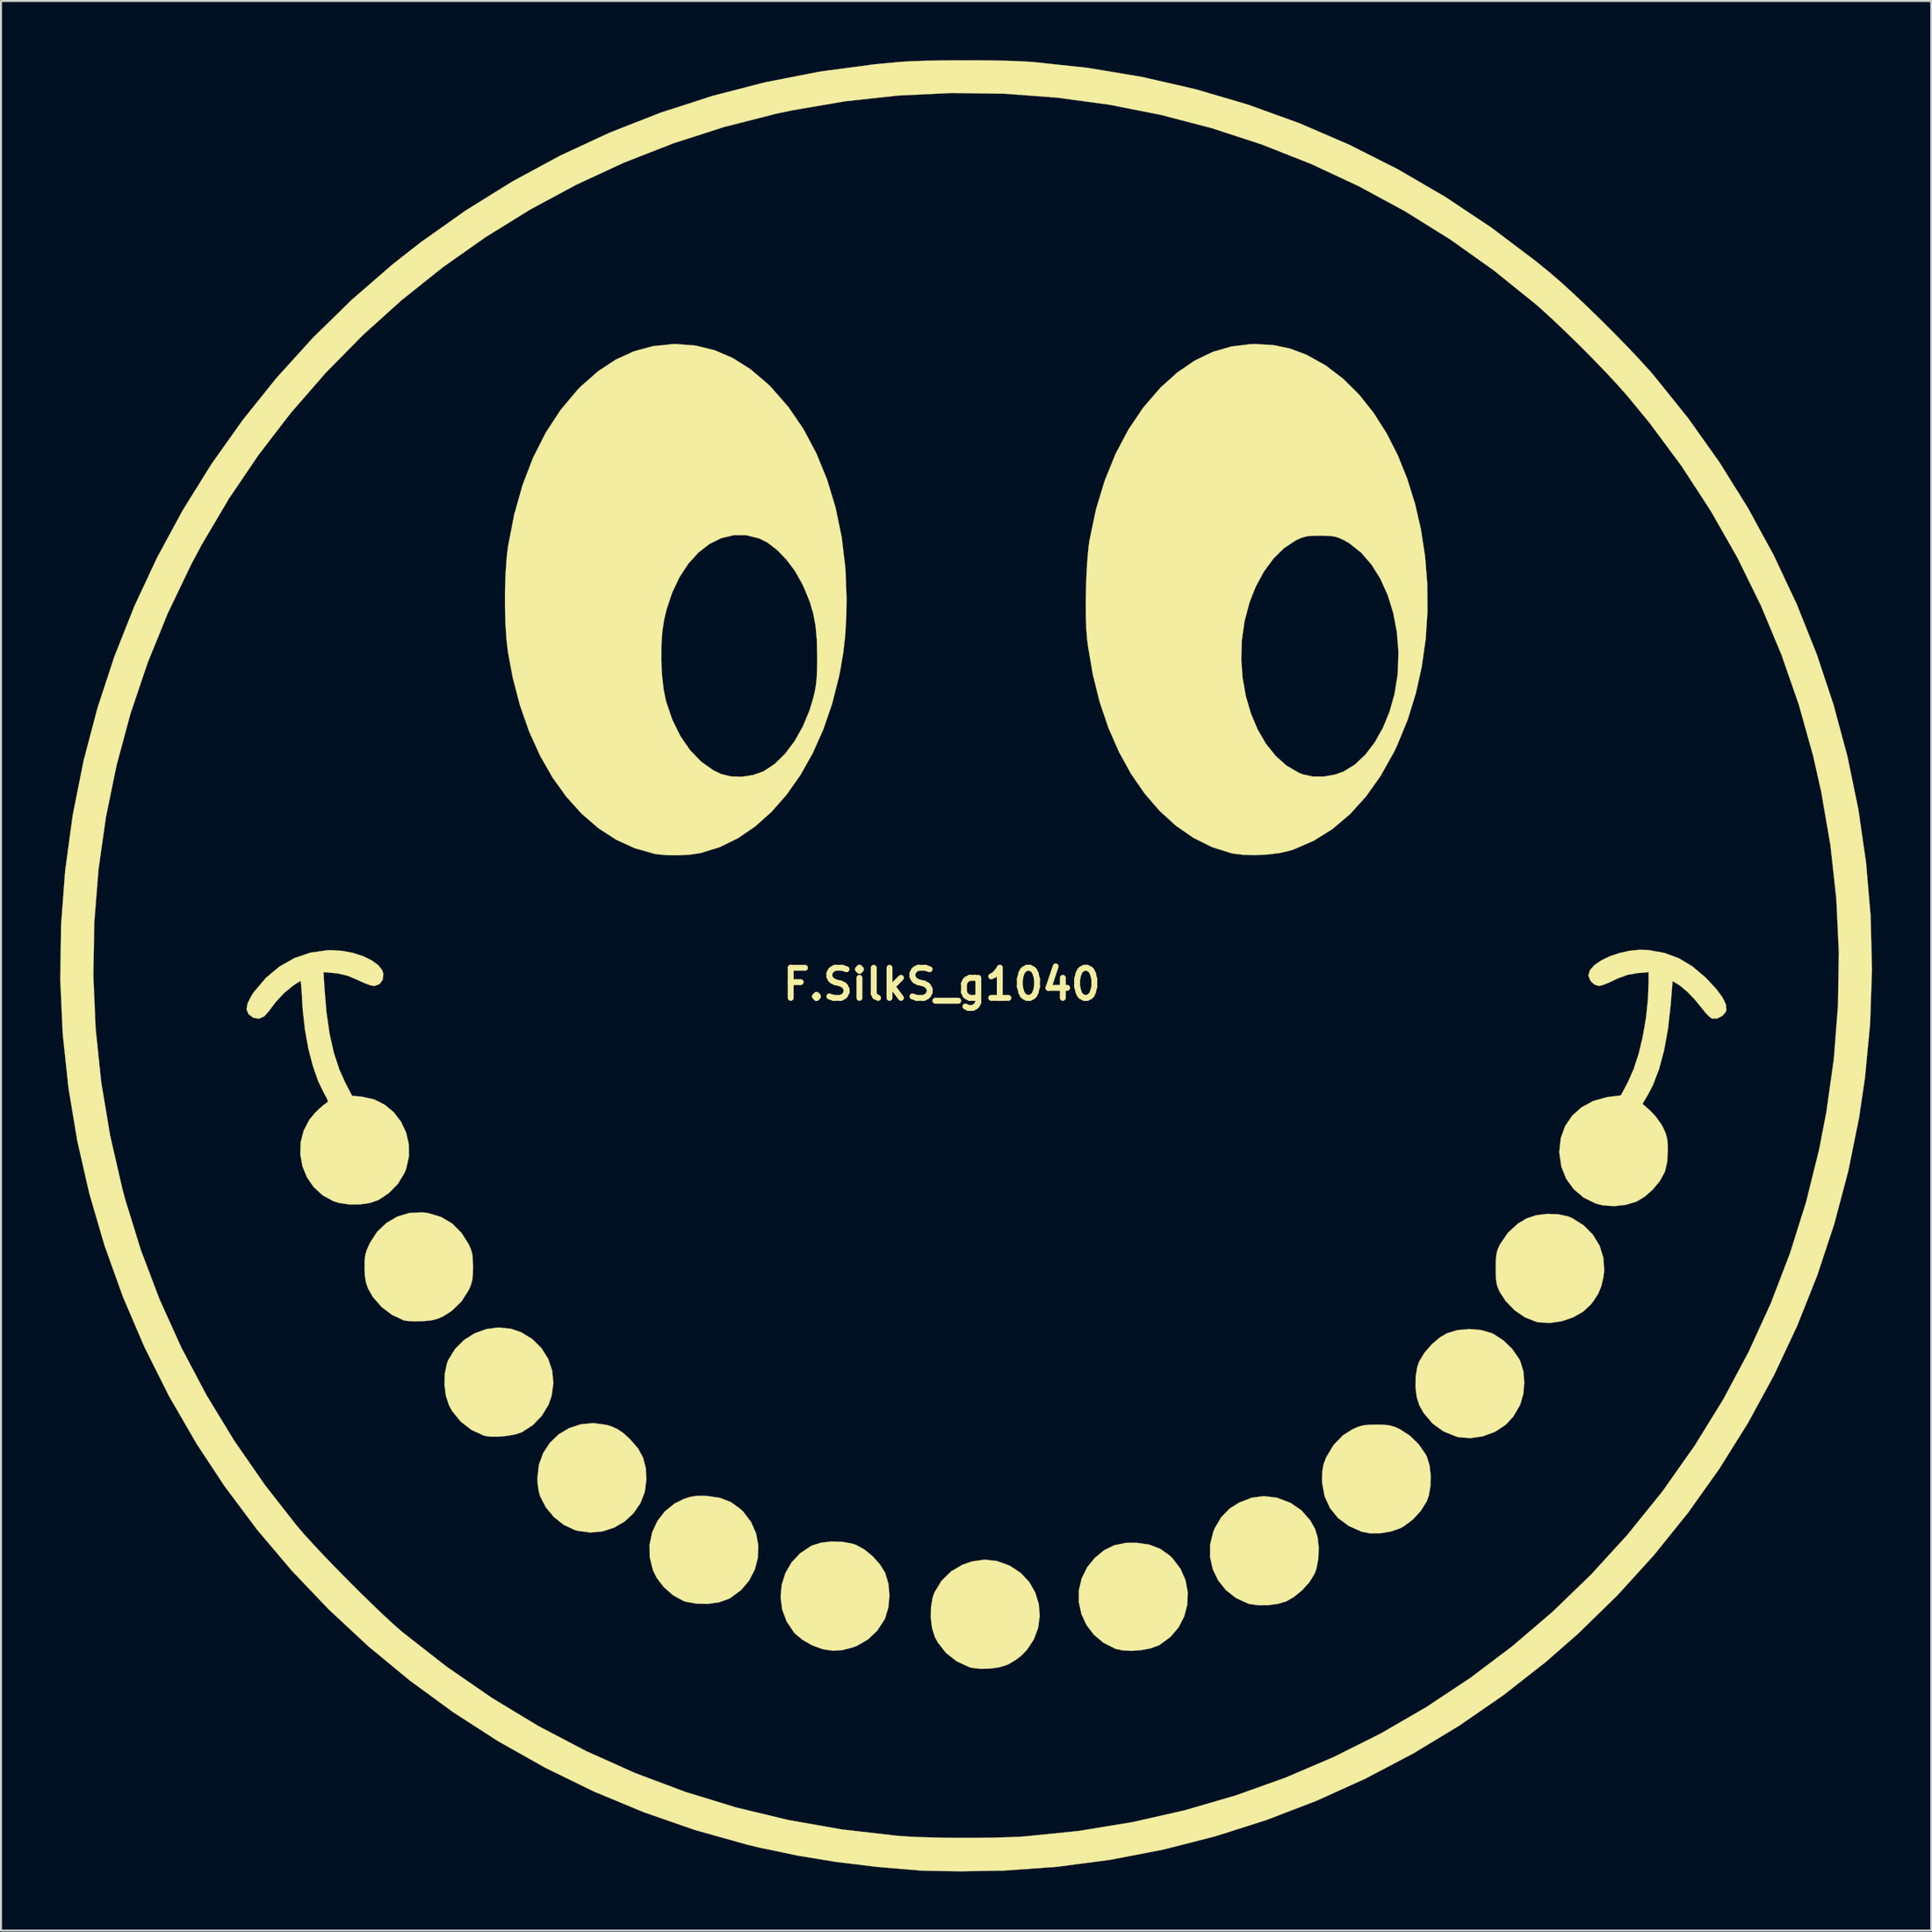
<source format=kicad_pcb>
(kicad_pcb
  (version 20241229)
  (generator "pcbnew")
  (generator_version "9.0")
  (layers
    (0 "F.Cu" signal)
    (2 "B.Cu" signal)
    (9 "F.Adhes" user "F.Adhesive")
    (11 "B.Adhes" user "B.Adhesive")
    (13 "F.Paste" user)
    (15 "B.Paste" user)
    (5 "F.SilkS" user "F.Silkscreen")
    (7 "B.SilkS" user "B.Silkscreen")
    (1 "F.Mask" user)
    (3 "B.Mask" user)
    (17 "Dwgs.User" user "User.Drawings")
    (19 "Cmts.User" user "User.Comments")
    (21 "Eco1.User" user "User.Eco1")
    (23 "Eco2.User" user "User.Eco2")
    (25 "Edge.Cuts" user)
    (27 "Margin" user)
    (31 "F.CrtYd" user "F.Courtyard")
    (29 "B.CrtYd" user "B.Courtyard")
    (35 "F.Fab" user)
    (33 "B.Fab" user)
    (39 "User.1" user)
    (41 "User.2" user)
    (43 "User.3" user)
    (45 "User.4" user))
  (footprint "F.SilkS_g1040"
    (layer "F.Cu")
    (at 44.669 46.822)
    (property "Reference" "F.SilkS_g1040" (at 0 0 0) (layer "F.SilkS") (effects (font (size 1.524 1.524) (thickness 0.3))))
    (attr through_hole)
    (fp_poly (pts (xy 10.515 28.392) (xy 11.067 28.605) (xy 11.551 28.951) (xy 11.701 29.097) (xy 12.098 29.622) (xy 12.351 30.203) (xy 12.463 30.814) (xy 12.439 31.431) (xy 12.283 32.029) (xy 11.999 32.582) (xy 11.59 33.065) (xy 11.063 33.455) (xy 10.964 33.508) (xy 10.587 33.646) (xy 10.119 33.735) (xy 9.62 33.772) (xy 9.155 33.75) (xy 8.795 33.67) (xy 8.194 33.365) (xy 7.703 32.953) (xy 7.328 32.458) (xy 7.073 31.902) (xy 6.945 31.309) (xy 6.948 30.702) (xy 7.088 30.103) (xy 7.369 29.535) (xy 7.741 29.077) (xy 8.223 28.678) (xy 8.737 28.425) (xy 9.318 28.305) (xy 9.864 28.298) (xy 10.515 28.392)) (stroke (width 0.01) (type solid)) (fill yes) (layer "F.SilkS"))
    (fp_poly (pts (xy -21.839 17.452) (xy -21.323 17.626) (xy -20.744 17.98) (xy -20.281 18.44) (xy -19.943 18.981) (xy -19.74 19.581) (xy -19.68 20.215) (xy -19.771 20.862) (xy -19.933 21.315) (xy -20.271 21.871) (xy -20.725 22.34) (xy -21.26 22.684) (xy -21.321 22.713) (xy -21.638 22.812) (xy -22.042 22.884) (xy -22.475 22.922) (xy -22.873 22.921) (xy -23.176 22.877) (xy -23.199 22.87) (xy -23.833 22.578) (xy -24.377 22.157) (xy -24.806 21.628) (xy -24.967 21.336) (xy -25.125 20.854) (xy -25.197 20.299) (xy -25.18 19.733) (xy -25.075 19.22) (xy -25.004 19.035) (xy -24.663 18.48) (xy -24.212 18.028) (xy -23.678 17.689) (xy -23.086 17.473) (xy -22.464 17.391) (xy -21.839 17.452)) (stroke (width 0.01) (type solid)) (fill yes) (layer "F.SilkS"))
    (fp_poly (pts (xy -11.896 25.928) (xy -11.244 26.021) (xy -10.692 26.234) (xy -10.208 26.581) (xy -10.059 26.726) (xy -9.661 27.251) (xy -9.408 27.832) (xy -9.296 28.443) (xy -9.32 29.06) (xy -9.476 29.658) (xy -9.761 30.211) (xy -10.169 30.695) (xy -10.697 31.084) (xy -10.795 31.137) (xy -11.271 31.309) (xy -11.831 31.393) (xy -12.412 31.386) (xy -12.951 31.288) (xy -13.12 31.23) (xy -13.618 30.954) (xy -14.073 30.557) (xy -14.439 30.083) (xy -14.634 29.691) (xy -14.796 29.041) (xy -14.805 28.393) (xy -14.674 27.772) (xy -14.412 27.201) (xy -14.03 26.706) (xy -13.538 26.309) (xy -13.078 26.082) (xy -12.761 25.978) (xy -12.467 25.927) (xy -12.12 25.919) (xy -11.896 25.928)) (stroke (width 0.01) (type solid)) (fill yes) (layer "F.SilkS"))
    (fp_poly (pts (xy 16.948 26.011) (xy 17.003 26.025) (xy 17.666 26.274) (xy 18.222 26.655) (xy 18.667 27.161) (xy 18.913 27.597) (xy 19.044 28.03) (xy 19.099 28.55) (xy 19.079 29.096) (xy 18.984 29.603) (xy 18.891 29.863) (xy 18.631 30.289) (xy 18.259 30.703) (xy 17.825 31.055) (xy 17.46 31.262) (xy 17.037 31.392) (xy 16.535 31.461) (xy 16.026 31.464) (xy 15.583 31.397) (xy 15.513 31.377) (xy 14.903 31.095) (xy 14.395 30.695) (xy 14.001 30.201) (xy 13.73 29.634) (xy 13.592 29.019) (xy 13.598 28.379) (xy 13.758 27.737) (xy 13.834 27.556) (xy 14.167 26.991) (xy 14.602 26.553) (xy 15.078 26.257) (xy 15.706 26.016) (xy 16.32 25.935) (xy 16.948 26.011)) (stroke (width 0.01) (type solid)) (fill yes) (layer "F.SilkS"))
    (fp_poly (pts (xy -16.995 22.325) (xy -16.764 22.392) (xy -16.442 22.532) (xy -16.135 22.742) (xy -15.789 23.058) (xy -15.783 23.064) (xy -15.39 23.52) (xy -15.136 23.984) (xy -15.001 24.502) (xy -14.966 25.083) (xy -15.049 25.721) (xy -15.273 26.299) (xy -15.62 26.803) (xy -16.068 27.217) (xy -16.596 27.528) (xy -17.184 27.72) (xy -17.81 27.779) (xy -18.456 27.69) (xy -18.593 27.651) (xy -19.149 27.393) (xy -19.65 26.999) (xy -20.062 26.503) (xy -20.353 25.935) (xy -20.366 25.898) (xy -20.434 25.616) (xy -20.479 25.258) (xy -20.489 25.012) (xy -20.412 24.345) (xy -20.194 23.746) (xy -19.853 23.228) (xy -19.41 22.805) (xy -18.883 22.489) (xy -18.292 22.295) (xy -17.656 22.235) (xy -16.995 22.325)) (stroke (width 0.01) (type solid)) (fill yes) (layer "F.SilkS"))
    (fp_poly (pts (xy 2.784 29.22) (xy 3.41 29.447) (xy 3.464 29.474) (xy 4.008 29.832) (xy 4.433 30.289) (xy 4.735 30.821) (xy 4.913 31.401) (xy 4.962 32.007) (xy 4.88 32.613) (xy 4.664 33.195) (xy 4.311 33.728) (xy 4.015 34.031) (xy 3.728 34.245) (xy 3.403 34.438) (xy 3.306 34.485) (xy 2.913 34.606) (xy 2.438 34.674) (xy 1.952 34.685) (xy 1.525 34.635) (xy 1.397 34.6) (xy 0.757 34.305) (xy 0.219 33.885) (xy -0.2 33.353) (xy -0.355 33.062) (xy -0.492 32.622) (xy -0.555 32.101) (xy -0.545 31.562) (xy -0.462 31.07) (xy -0.371 30.814) (xy -0.011 30.222) (xy 0.467 29.751) (xy 1.054 29.407) (xy 1.539 29.242) (xy 2.17 29.153) (xy 2.784 29.22)) (stroke (width 0.01) (type solid)) (fill yes) (layer "F.SilkS"))
    (fp_poly (pts (xy 27.325 17.521) (xy 27.865 17.678) (xy 27.952 17.718) (xy 28.454 18.043) (xy 28.903 18.479) (xy 29.248 18.976) (xy 29.319 19.12) (xy 29.466 19.613) (xy 29.514 20.179) (xy 29.464 20.753) (xy 29.317 21.27) (xy 29.286 21.34) (xy 28.963 21.897) (xy 28.568 22.323) (xy 28.068 22.653) (xy 27.996 22.689) (xy 27.4 22.907) (xy 26.787 22.996) (xy 26.206 22.951) (xy 26.071 22.919) (xy 25.414 22.651) (xy 24.86 22.249) (xy 24.413 21.716) (xy 24.199 21.339) (xy 24.065 20.922) (xy 24.001 20.417) (xy 24.01 19.887) (xy 24.09 19.397) (xy 24.188 19.116) (xy 24.458 18.668) (xy 24.828 18.241) (xy 25.248 17.886) (xy 25.594 17.685) (xy 26.127 17.523) (xy 26.725 17.469) (xy 27.325 17.521)) (stroke (width 0.01) (type solid)) (fill yes) (layer "F.SilkS"))
    (fp_poly (pts (xy -5.053 28.25) (xy -4.553 28.337) (xy -4.361 28.399) (xy -3.933 28.631) (xy -3.509 28.976) (xy -3.14 29.385) (xy -2.877 29.809) (xy -2.868 29.828) (xy -2.706 30.365) (xy -2.652 30.966) (xy -2.707 31.569) (xy -2.868 32.112) (xy -2.904 32.19) (xy -3.265 32.745) (xy -3.743 33.198) (xy -4.306 33.524) (xy -4.547 33.612) (xy -5.056 33.738) (xy -5.5 33.767) (xy -5.953 33.704) (xy -6.102 33.666) (xy -6.582 33.486) (xy -7.041 33.225) (xy -7.415 32.921) (xy -7.498 32.831) (xy -7.866 32.275) (xy -8.088 31.672) (xy -8.168 31.048) (xy -8.112 30.428) (xy -7.924 29.835) (xy -7.611 29.294) (xy -7.178 28.83) (xy -6.63 28.467) (xy -6.534 28.421) (xy -6.108 28.293) (xy -5.593 28.235) (xy -5.053 28.25)) (stroke (width 0.01) (type solid)) (fill yes) (layer "F.SilkS"))
    (fp_poly (pts (xy 22.406 22.318) (xy 22.694 22.353) (xy 22.944 22.425) (xy 23.211 22.544) (xy 23.717 22.872) (xy 24.169 23.314) (xy 24.517 23.818) (xy 24.581 23.946) (xy 24.712 24.373) (xy 24.771 24.887) (xy 24.758 25.423) (xy 24.674 25.914) (xy 24.581 26.177) (xy 24.277 26.674) (xy 23.863 27.125) (xy 23.39 27.476) (xy 23.226 27.563) (xy 22.737 27.732) (xy 22.196 27.818) (xy 21.669 27.816) (xy 21.276 27.738) (xy 20.615 27.444) (xy 20.076 27.04) (xy 19.668 26.537) (xy 19.398 25.946) (xy 19.275 25.278) (xy 19.268 25.061) (xy 19.284 24.652) (xy 19.343 24.328) (xy 19.462 24.008) (xy 19.488 23.951) (xy 19.854 23.34) (xy 20.325 22.856) (xy 20.814 22.545) (xy 21.091 22.423) (xy 21.343 22.351) (xy 21.637 22.318) (xy 22.013 22.31) (xy 22.406 22.318)) (stroke (width 0.01) (type solid)) (fill yes) (layer "F.SilkS"))
    (fp_poly (pts (xy 31.228 11.654) (xy 31.735 11.763) (xy 31.931 11.842) (xy 32.52 12.213) (xy 32.989 12.685) (xy 33.326 13.238) (xy 33.521 13.853) (xy 33.563 14.508) (xy 33.522 14.85) (xy 33.412 15.313) (xy 33.251 15.696) (xy 33.003 16.074) (xy 32.88 16.231) (xy 32.49 16.592) (xy 31.987 16.877) (xy 31.417 17.071) (xy 30.826 17.16) (xy 30.26 17.13) (xy 30.117 17.1) (xy 29.551 16.877) (xy 29.022 16.516) (xy 28.571 16.051) (xy 28.293 15.624) (xy 28.184 15.397) (xy 28.116 15.184) (xy 28.081 14.934) (xy 28.069 14.591) (xy 28.068 14.393) (xy 28.074 13.992) (xy 28.097 13.707) (xy 28.149 13.485) (xy 28.237 13.272) (xy 28.292 13.166) (xy 28.686 12.59) (xy 29.192 12.125) (xy 29.633 11.863) (xy 30.115 11.705) (xy 30.667 11.635) (xy 31.228 11.654)) (stroke (width 0.01) (type solid)) (fill yes) (layer "F.SilkS"))
    (fp_poly (pts (xy -26.033 11.593) (xy -25.371 11.79) (xy -24.808 12.122) (xy -24.338 12.594) (xy -23.986 13.148) (xy -23.867 13.405) (xy -23.796 13.647) (xy -23.763 13.936) (xy -23.753 14.309) (xy -23.76 14.706) (xy -23.794 15) (xy -23.867 15.256) (xy -23.97 15.494) (xy -24.334 16.067) (xy -24.825 16.545) (xy -25.273 16.829) (xy -25.57 16.957) (xy -25.885 17.032) (xy -26.288 17.069) (xy -26.374 17.072) (xy -26.724 17.076) (xy -27.033 17.062) (xy -27.241 17.034) (xy -27.263 17.028) (xy -27.855 16.752) (xy -28.389 16.346) (xy -28.825 15.845) (xy -29.066 15.424) (xy -29.175 15.114) (xy -29.233 14.754) (xy -29.249 14.349) (xy -29.242 13.974) (xy -29.206 13.693) (xy -29.124 13.432) (xy -28.979 13.115) (xy -28.973 13.103) (xy -28.609 12.54) (xy -28.137 12.092) (xy -27.583 11.77) (xy -26.97 11.587) (xy -26.323 11.555) (xy -26.033 11.593)) (stroke (width 0.01) (type solid)) (fill yes) (layer "F.SilkS"))
    (fp_poly (pts (xy 35.803 -1.734) (xy 36.613 -1.588) (xy 37.344 -1.319) (xy 38.023 -0.913) (xy 38.683 -0.356) (xy 38.78 -0.259) (xy 39.246 0.244) (xy 39.562 0.672) (xy 39.731 1.026) (xy 39.754 1.308) (xy 39.727 1.391) (xy 39.554 1.601) (xy 39.301 1.728) (xy 39.041 1.738) (xy 39.018 1.731) (xy 38.887 1.64) (xy 38.703 1.45) (xy 38.52 1.223) (xy 38.157 0.776) (xy 37.777 0.381) (xy 37.418 0.079) (xy 37.273 -0.017) (xy 37.028 -0.162) (xy 36.928 1.071) (xy 36.794 2.264) (xy 36.598 3.344) (xy 36.342 4.298) (xy 36.03 5.113) (xy 35.782 5.59) (xy 35.505 6.058) (xy 35.909 6.418) (xy 36.203 6.735) (xy 36.467 7.111) (xy 36.55 7.263) (xy 36.679 7.555) (xy 36.751 7.821) (xy 36.783 8.132) (xy 36.788 8.424) (xy 36.754 8.998) (xy 36.65 9.456) (xy 36.625 9.525) (xy 36.389 9.959) (xy 36.04 10.386) (xy 35.628 10.753) (xy 35.202 11.008) (xy 35.196 11.011) (xy 34.66 11.174) (xy 34.072 11.239) (xy 33.499 11.201) (xy 33.133 11.109) (xy 32.52 10.806) (xy 32.018 10.382) (xy 31.638 9.854) (xy 31.392 9.239) (xy 31.291 8.554) (xy 31.29 8.463) (xy 31.364 7.787) (xy 31.586 7.181) (xy 31.942 6.658) (xy 32.419 6.231) (xy 33.006 5.915) (xy 33.689 5.723) (xy 33.863 5.698) (xy 34.409 5.63) (xy 34.767 4.953) (xy 35.057 4.298) (xy 35.312 3.513) (xy 35.522 2.637) (xy 35.681 1.707) (xy 35.781 0.76) (xy 35.814 -0.118) (xy 35.814 -0.617) (xy 35.242 -0.565) (xy 34.752 -0.48) (xy 34.268 -0.305) (xy 34.078 -0.214) (xy 33.77 -0.07) (xy 33.497 0.036) (xy 33.313 0.084) (xy 33.295 0.085) (xy 33.059 0.01) (xy 32.866 -0.178) (xy 32.769 -0.421) (xy 32.766 -0.47) (xy 32.846 -0.722) (xy 33.068 -0.971) (xy 33.404 -1.204) (xy 33.828 -1.409) (xy 34.311 -1.576) (xy 34.826 -1.692) (xy 35.346 -1.747) (xy 35.803 -1.734)) (stroke (width 0.01) (type solid)) (fill yes) (layer "F.SilkS"))
    (fp_poly (pts (xy -30.371 -1.691) (xy -29.818 -1.585) (xy -29.313 -1.42) (xy -28.883 -1.21) (xy -28.552 -0.966) (xy -28.347 -0.7) (xy -28.294 -0.518) (xy -28.331 -0.222) (xy -28.489 -0.01) (xy -28.738 0.083) (xy -28.779 0.085) (xy -28.959 0.048) (xy -29.233 -0.051) (xy -29.545 -0.191) (xy -29.591 -0.214) (xy -30.093 -0.429) (xy -30.571 -0.543) (xy -30.755 -0.565) (xy -31.327 -0.617) (xy -31.281 0.178) (xy -31.179 1.419) (xy -31.02 2.515) (xy -30.802 3.48) (xy -30.521 4.331) (xy -30.218 5.001) (xy -29.88 5.65) (xy -29.392 5.694) (xy -28.775 5.829) (xy -28.23 6.1) (xy -27.768 6.485) (xy -27.401 6.963) (xy -27.143 7.511) (xy -27.005 8.106) (xy -27 8.727) (xy -27.141 9.351) (xy -27.227 9.567) (xy -27.561 10.115) (xy -28.025 10.588) (xy -28.545 10.931) (xy -28.964 11.078) (xy -29.476 11.153) (xy -30.019 11.155) (xy -30.532 11.081) (xy -30.816 10.994) (xy -31.374 10.69) (xy -31.827 10.274) (xy -32.17 9.772) (xy -32.398 9.209) (xy -32.504 8.611) (xy -32.484 8.004) (xy -32.332 7.413) (xy -32.043 6.862) (xy -31.761 6.521) (xy -31.533 6.299) (xy -31.331 6.122) (xy -31.21 6.035) (xy -31.124 5.976) (xy -31.108 5.898) (xy -31.169 5.755) (xy -31.276 5.567) (xy -31.589 4.927) (xy -31.863 4.152) (xy -32.09 3.273) (xy -32.263 2.323) (xy -32.375 1.333) (xy -32.402 0.91) (xy -32.424 0.505) (xy -32.447 0.169) (xy -32.469 -0.065) (xy -32.486 -0.167) (xy -32.489 -0.169) (xy -32.572 -0.125) (xy -32.748 -0.013) (xy -32.883 0.078) (xy -33.332 0.449) (xy -33.773 0.927) (xy -34.081 1.343) (xy -34.331 1.623) (xy -34.6 1.742) (xy -34.877 1.697) (xy -34.906 1.683) (xy -35.135 1.502) (xy -35.225 1.267) (xy -35.175 0.967) (xy -34.984 0.59) (xy -34.843 0.38) (xy -34.245 -0.326) (xy -33.56 -0.897) (xy -32.804 -1.325) (xy -31.989 -1.603) (xy -31.13 -1.723) (xy -30.946 -1.727) (xy -30.371 -1.691)) (stroke (width 0.01) (type solid)) (fill yes) (layer "F.SilkS"))
    (fp_poly (pts (xy -12.46 -32.36) (xy -11.506 -32.125) (xy -10.589 -31.73) (xy -9.706 -31.172) (xy -8.849 -30.449) (xy -8.633 -30.237) (xy -7.771 -29.248) (xy -7.01 -28.133) (xy -6.356 -26.903) (xy -5.812 -25.572) (xy -5.382 -24.151) (xy -5.072 -22.652) (xy -4.885 -21.089) (xy -4.826 -19.55) (xy -4.843 -18.549) (xy -4.896 -17.654) (xy -4.993 -16.805) (xy -5.139 -15.941) (xy -5.213 -15.572) (xy -5.562 -14.195) (xy -6.008 -12.901) (xy -6.544 -11.699) (xy -7.164 -10.6) (xy -7.859 -9.611) (xy -8.623 -8.742) (xy -9.449 -8.003) (xy -10.328 -7.401) (xy -11.255 -6.948) (xy -12.221 -6.651) (xy -12.261 -6.642) (xy -12.76 -6.569) (xy -13.338 -6.536) (xy -13.921 -6.542) (xy -14.435 -6.59) (xy -14.556 -6.611) (xy -15.557 -6.893) (xy -16.51 -7.33) (xy -17.41 -7.917) (xy -18.25 -8.644) (xy -19.026 -9.505) (xy -19.731 -10.491) (xy -20.361 -11.595) (xy -20.909 -12.809) (xy -21.371 -14.126) (xy -21.74 -15.538) (xy -21.895 -16.374) (xy -14.212 -16.374) (xy -14.173 -15.622) (xy -14.094 -14.93) (xy -13.975 -14.351) (xy -13.658 -13.413) (xy -13.248 -12.58) (xy -12.757 -11.865) (xy -12.193 -11.28) (xy -11.565 -10.837) (xy -11.184 -10.654) (xy -10.696 -10.532) (xy -10.139 -10.515) (xy -9.571 -10.599) (xy -9.054 -10.78) (xy -9.02 -10.797) (xy -8.463 -11.165) (xy -7.938 -11.68) (xy -7.459 -12.319) (xy -7.041 -13.06) (xy -6.7 -13.882) (xy -6.507 -14.52) (xy -6.429 -14.857) (xy -6.374 -15.175) (xy -6.339 -15.517) (xy -6.32 -15.927) (xy -6.313 -16.449) (xy -6.313 -16.637) (xy -6.331 -17.453) (xy -6.394 -18.15) (xy -6.51 -18.777) (xy -6.69 -19.381) (xy -6.944 -20.01) (xy -7.088 -20.32) (xy -7.442 -20.945) (xy -7.868 -21.515) (xy -8.339 -22.002) (xy -8.829 -22.378) (xy -9.253 -22.593) (xy -9.909 -22.755) (xy -10.555 -22.755) (xy -11.18 -22.603) (xy -11.775 -22.308) (xy -12.33 -21.877) (xy -12.836 -21.319) (xy -13.281 -20.643) (xy -13.656 -19.858) (xy -13.952 -18.971) (xy -14.073 -18.458) (xy -14.164 -17.845) (xy -14.21 -17.132) (xy -14.212 -16.374) (xy -21.895 -16.374) (xy -21.983 -16.849) (xy -22.059 -17.504) (xy -22.108 -18.278) (xy -22.131 -19.123) (xy -22.129 -19.99) (xy -22.101 -20.831) (xy -22.048 -21.597) (xy -21.978 -22.183) (xy -21.665 -23.797) (xy -21.24 -25.301) (xy -20.705 -26.69) (xy -20.062 -27.958) (xy -19.314 -29.1) (xy -18.463 -30.113) (xy -18.271 -30.308) (xy -17.416 -31.06) (xy -16.527 -31.647) (xy -15.601 -32.071) (xy -14.634 -32.333) (xy -13.621 -32.436) (xy -13.459 -32.438) (xy -12.46 -32.36)) (stroke (width 0.01) (type solid)) (fill yes) (layer "F.SilkS"))
    (fp_poly (pts (xy 16.808 -32.385) (xy 17.627 -32.215) (xy 18.431 -31.916) (xy 18.499 -31.885) (xy 19.456 -31.352) (xy 20.34 -30.677) (xy 21.15 -29.872) (xy 21.881 -28.951) (xy 22.533 -27.926) (xy 23.101 -26.81) (xy 23.583 -25.615) (xy 23.977 -24.353) (xy 24.279 -23.038) (xy 24.487 -21.683) (xy 24.598 -20.298) (xy 24.609 -18.898) (xy 24.518 -17.495) (xy 24.321 -16.102) (xy 24.017 -14.731) (xy 23.602 -13.394) (xy 23.073 -12.105) (xy 22.902 -11.75) (xy 22.236 -10.561) (xy 21.496 -9.517) (xy 20.683 -8.62) (xy 19.802 -7.872) (xy 18.854 -7.278) (xy 17.843 -6.838) (xy 17.653 -6.775) (xy 17.142 -6.655) (xy 16.534 -6.578) (xy 15.892 -6.545) (xy 15.276 -6.56) (xy 14.749 -6.625) (xy 14.678 -6.64) (xy 13.692 -6.951) (xy 12.754 -7.417) (xy 11.869 -8.029) (xy 11.043 -8.78) (xy 10.281 -9.66) (xy 9.591 -10.661) (xy 8.977 -11.774) (xy 8.445 -12.991) (xy 8.001 -14.302) (xy 7.652 -15.699) (xy 7.521 -16.471) (xy 15.172 -16.471) (xy 15.241 -15.518) (xy 15.406 -14.596) (xy 15.661 -13.723) (xy 16 -12.918) (xy 16.418 -12.196) (xy 16.91 -11.577) (xy 17.47 -11.077) (xy 18.092 -10.714) (xy 18.288 -10.636) (xy 18.796 -10.527) (xy 19.369 -10.526) (xy 19.946 -10.63) (xy 20.353 -10.777) (xy 20.93 -11.132) (xy 21.463 -11.634) (xy 21.941 -12.263) (xy 22.354 -12.999) (xy 22.691 -13.822) (xy 22.941 -14.712) (xy 23.093 -15.651) (xy 23.108 -15.807) (xy 23.139 -16.843) (xy 23.059 -17.852) (xy 22.875 -18.816) (xy 22.595 -19.718) (xy 22.225 -20.54) (xy 21.774 -21.263) (xy 21.248 -21.87) (xy 20.654 -22.342) (xy 20.405 -22.487) (xy 20.153 -22.608) (xy 19.928 -22.681) (xy 19.671 -22.718) (xy 19.322 -22.73) (xy 19.177 -22.731) (xy 18.787 -22.726) (xy 18.505 -22.699) (xy 18.272 -22.64) (xy 18.028 -22.536) (xy 17.922 -22.483) (xy 17.346 -22.103) (xy 16.809 -21.575) (xy 16.325 -20.918) (xy 15.908 -20.15) (xy 15.59 -19.346) (xy 15.341 -18.403) (xy 15.203 -17.439) (xy 15.172 -16.471) (xy 7.521 -16.471) (xy 7.402 -17.173) (xy 7.36 -17.524) (xy 7.32 -18.036) (xy 7.299 -18.67) (xy 7.296 -19.384) (xy 7.31 -20.134) (xy 7.339 -20.876) (xy 7.382 -21.568) (xy 7.439 -22.166) (xy 7.489 -22.521) (xy 7.816 -24.07) (xy 8.257 -25.525) (xy 8.806 -26.876) (xy 9.46 -28.113) (xy 10.213 -29.227) (xy 11.06 -30.209) (xy 11.088 -30.237) (xy 11.939 -31.003) (xy 12.816 -31.602) (xy 13.723 -32.039) (xy 14.667 -32.315) (xy 15.654 -32.433) (xy 15.914 -32.438) (xy 16.808 -32.385)) (stroke (width 0.01) (type solid)) (fill yes) (layer "F.SilkS"))
    (fp_poly (pts (xy 2.431 -46.809) (xy 3.219 -46.794) (xy 3.92 -46.77) (xy 4.496 -46.739) (xy 4.576 -46.733) (xy 7.383 -46.435) (xy 10.143 -45.974) (xy 12.854 -45.352) (xy 15.511 -44.571) (xy 18.111 -43.632) (xy 20.649 -42.537) (xy 23.124 -41.286) (xy 25.53 -39.883) (xy 27.863 -38.327) (xy 30.122 -36.621) (xy 30.861 -36.016) (xy 31.388 -35.559) (xy 31.999 -35.002) (xy 32.665 -34.373) (xy 33.359 -33.699) (xy 34.052 -33.007) (xy 34.717 -32.327) (xy 35.325 -31.684) (xy 35.85 -31.108) (xy 36.065 -30.861) (xy 37.803 -28.701) (xy 39.4 -26.454) (xy 40.852 -24.126) (xy 42.159 -21.725) (xy 43.318 -19.259) (xy 44.328 -16.733) (xy 45.185 -14.155) (xy 45.89 -11.533) (xy 46.438 -8.874) (xy 46.829 -6.184) (xy 47.06 -3.471) (xy 47.129 -0.742) (xy 47.035 1.996) (xy 46.776 4.735) (xy 46.481 6.731) (xy 45.931 9.46) (xy 45.221 12.137) (xy 44.355 14.758) (xy 43.337 17.314) (xy 42.169 19.801) (xy 40.857 22.211) (xy 39.403 24.539) (xy 37.811 26.778) (xy 36.085 28.922) (xy 34.228 30.965) (xy 32.244 32.901) (xy 30.607 34.334) (xy 28.461 36.016) (xy 26.218 37.564) (xy 23.886 38.974) (xy 21.474 40.243) (xy 18.992 41.368) (xy 16.448 42.345) (xy 13.852 43.172) (xy 11.213 43.845) (xy 8.538 44.361) (xy 5.839 44.716) (xy 3.123 44.908) (xy 1.016 44.942) (xy 0.464 44.937) (xy -0.055 44.929) (xy -0.508 44.921) (xy -0.862 44.913) (xy -1.083 44.904) (xy -1.101 44.903) (xy -3.281 44.721) (xy -5.338 44.471) (xy -7.307 44.148) (xy -9.221 43.747) (xy -9.864 43.593) (xy -12.517 42.848) (xy -15.11 41.947) (xy -17.638 40.895) (xy -20.094 39.696) (xy -22.471 38.357) (xy -24.762 36.88) (xy -26.961 35.272) (xy -29.062 33.537) (xy -31.057 31.679) (xy -32.941 29.704) (xy -34.707 27.616) (xy -36.347 25.42) (xy -37.756 23.283) (xy -39.154 20.868) (xy -40.397 18.387) (xy -41.485 15.848) (xy -42.415 13.258) (xy -43.187 10.623) (xy -43.799 7.95) (xy -44.25 5.246) (xy -44.539 2.517) (xy -44.664 -0.23) (xy -44.66 -0.44) (xy -42.991 -0.44) (xy -42.874 2.261) (xy -42.59 4.964) (xy -42.14 7.663) (xy -41.523 10.352) (xy -41.37 10.922) (xy -40.581 13.472) (xy -39.632 15.974) (xy -38.524 18.422) (xy -37.261 20.812) (xy -35.845 23.136) (xy -34.281 25.391) (xy -32.684 27.432) (xy -32.32 27.855) (xy -31.857 28.364) (xy -31.319 28.938) (xy -30.728 29.552) (xy -30.107 30.183) (xy -29.481 30.809) (xy -28.87 31.405) (xy -28.3 31.95) (xy -27.793 32.419) (xy -27.371 32.789) (xy -27.305 32.844) (xy -25.086 34.578) (xy -22.798 36.157) (xy -20.444 37.582) (xy -18.025 38.851) (xy -15.546 39.963) (xy -13.006 40.917) (xy -10.41 41.713) (xy -7.76 42.349) (xy -5.057 42.825) (xy -2.305 43.139) (xy -1.905 43.171) (xy -1.346 43.203) (xy -0.657 43.227) (xy 0.121 43.242) (xy 0.949 43.25) (xy 1.786 43.248) (xy 2.593 43.239) (xy 3.329 43.221) (xy 3.956 43.194) (xy 4.191 43.179) (xy 6.932 42.9) (xy 9.629 42.459) (xy 12.276 41.862) (xy 14.867 41.109) (xy 17.397 40.206) (xy 19.859 39.154) (xy 22.249 37.958) (xy 24.559 36.619) (xy 26.785 35.142) (xy 28.921 33.529) (xy 30.96 31.784) (xy 32.898 29.91) (xy 34.727 27.909) (xy 36.443 25.785) (xy 36.574 25.612) (xy 38.159 23.362) (xy 39.594 21.037) (xy 40.875 18.638) (xy 42.004 16.169) (xy 42.977 13.634) (xy 43.794 11.034) (xy 44.454 8.374) (xy 44.821 6.477) (xy 45.201 3.772) (xy 45.411 1.067) (xy 45.453 -1.638) (xy 45.325 -4.343) (xy 45.027 -7.047) (xy 44.561 -9.752) (xy 44.151 -11.575) (xy 43.426 -14.165) (xy 42.541 -16.71) (xy 41.499 -19.201) (xy 40.306 -21.629) (xy 38.964 -23.985) (xy 37.48 -26.263) (xy 35.856 -28.452) (xy 34.745 -29.803) (xy 34.249 -30.363) (xy 33.655 -31.002) (xy 32.996 -31.686) (xy 32.303 -32.384) (xy 31.608 -33.064) (xy 30.943 -33.694) (xy 30.34 -34.243) (xy 30.099 -34.454) (xy 27.972 -36.17) (xy 25.76 -37.742) (xy 23.47 -39.168) (xy 21.109 -40.447) (xy 18.684 -41.577) (xy 16.203 -42.555) (xy 13.671 -43.381) (xy 11.095 -44.053) (xy 8.484 -44.568) (xy 5.842 -44.926) (xy 3.178 -45.124) (xy 0.498 -45.16) (xy -2.19 -45.034) (xy -4.881 -44.743) (xy -7.567 -44.285) (xy -8.416 -44.105) (xy -11.035 -43.437) (xy -13.595 -42.613) (xy -16.09 -41.638) (xy -18.515 -40.516) (xy -20.862 -39.252) (xy -23.127 -37.85) (xy -25.301 -36.317) (xy -27.38 -34.655) (xy -29.358 -32.871) (xy -31.227 -30.969) (xy -32.982 -28.953) (xy -34.616 -26.829) (xy -36.124 -24.602) (xy -37.498 -22.275) (xy -38.022 -21.294) (xy -39.212 -18.813) (xy -40.241 -16.286) (xy -41.107 -13.716) (xy -41.811 -11.11) (xy -42.352 -8.474) (xy -42.73 -5.813) (xy -42.943 -3.133) (xy -42.991 -0.44) (xy -44.66 -0.44) (xy -44.623 -2.988) (xy -44.417 -5.751) (xy -44.042 -8.511) (xy -44.028 -8.594) (xy -43.486 -11.315) (xy -42.783 -13.985) (xy -41.926 -16.597) (xy -40.916 -19.145) (xy -39.758 -21.623) (xy -38.456 -24.024) (xy -37.014 -26.343) (xy -35.434 -28.572) (xy -33.722 -30.707) (xy -31.879 -32.741) (xy -29.912 -34.668) (xy -27.822 -36.481) (xy -26.416 -37.584) (xy -24.128 -39.204) (xy -21.764 -40.673) (xy -19.328 -41.99) (xy -16.824 -43.152) (xy -14.254 -44.16) (xy -11.622 -45.012) (xy -8.931 -45.706) (xy -6.186 -46.242) (xy -3.389 -46.617) (xy -2.083 -46.736) (xy -1.54 -46.768) (xy -0.864 -46.792) (xy -0.092 -46.808) (xy 0.738 -46.817) (xy 1.592 -46.817) (xy 2.431 -46.809)) (stroke (width 0.01) (type solid)) (fill yes) (layer "F.SilkS")))
  (gr_rect
    (start -3 -3)
    (end 94.803 94.769)
    (stroke (width 0.1) (type default))
    (fill no)
    (layer "Edge.Cuts")))
</source>
